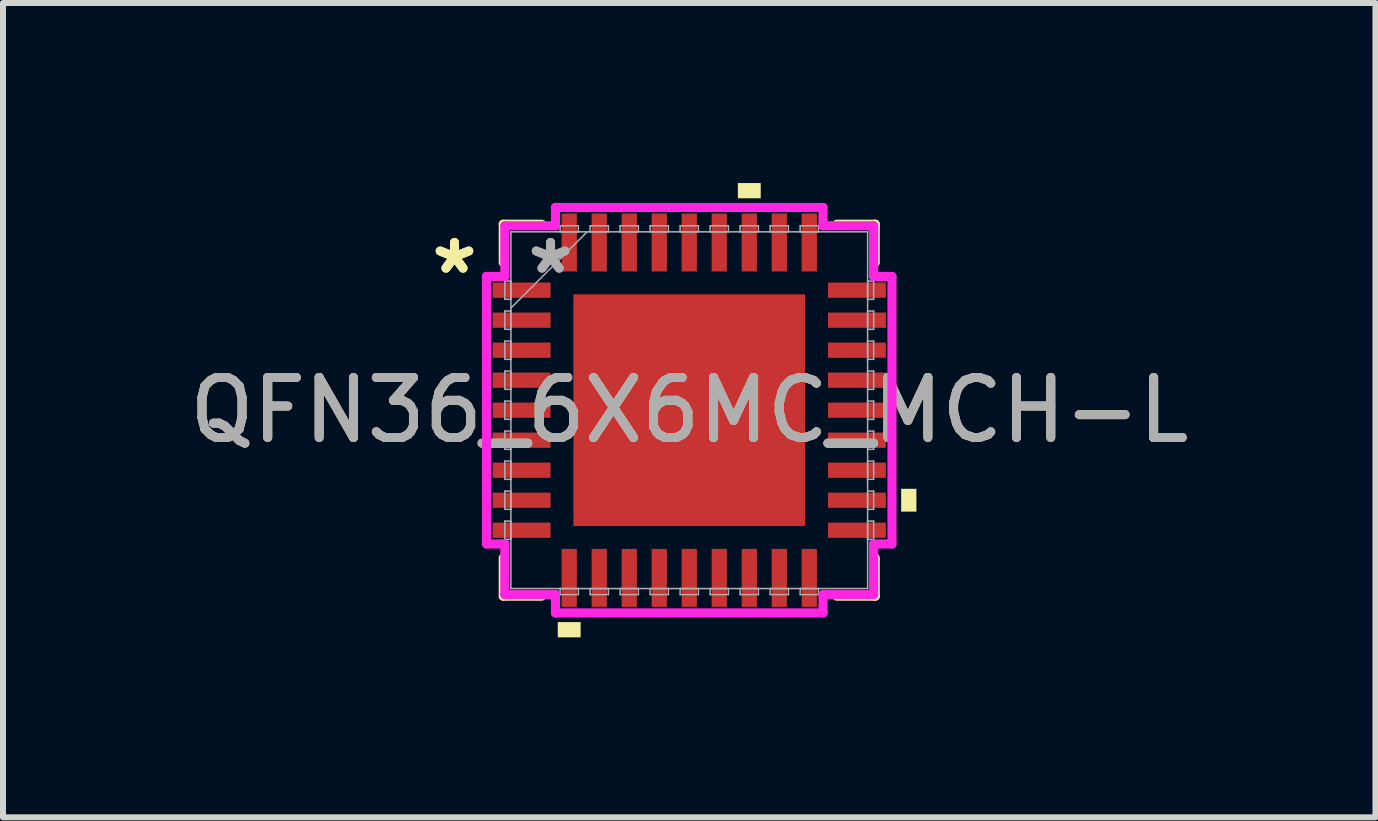
<source format=kicad_pcb>
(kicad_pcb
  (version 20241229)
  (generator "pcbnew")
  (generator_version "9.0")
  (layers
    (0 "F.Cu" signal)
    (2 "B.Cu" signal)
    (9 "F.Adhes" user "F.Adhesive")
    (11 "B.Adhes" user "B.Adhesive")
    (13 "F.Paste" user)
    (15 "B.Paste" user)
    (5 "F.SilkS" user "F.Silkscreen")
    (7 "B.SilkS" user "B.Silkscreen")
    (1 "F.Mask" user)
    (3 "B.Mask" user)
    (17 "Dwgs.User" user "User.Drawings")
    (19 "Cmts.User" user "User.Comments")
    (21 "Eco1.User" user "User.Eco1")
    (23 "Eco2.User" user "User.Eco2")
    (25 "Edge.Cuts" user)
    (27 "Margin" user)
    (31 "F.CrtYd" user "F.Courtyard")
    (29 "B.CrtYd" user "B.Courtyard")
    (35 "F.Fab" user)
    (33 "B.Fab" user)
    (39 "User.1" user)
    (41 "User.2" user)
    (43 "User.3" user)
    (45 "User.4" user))
  (footprint "QFN36_6X6MC_MCH-L"
    (layer "F.Cu")
    (at 8.435 3.785)
    (property "Reference" "QFN36_6X6MC_MCH-L" (at 0 0 0) (unlocked yes) (layer "F.SilkS") (effects (font (size 1 1) (thickness 0.15))))
    (attr smd)
    (fp_line (start -3.099 -3.099) (end -3.099 -2.46) (stroke (width 0.152) (type solid)) (layer "F.SilkS"))
    (fp_line (start -3.099 2.46) (end -3.099 3.099) (stroke (width 0.152) (type solid)) (layer "F.SilkS"))
    (fp_line (start -3.099 3.099) (end -2.46 3.099) (stroke (width 0.152) (type solid)) (layer "F.SilkS"))
    (fp_line (start -2.46 -3.099) (end -3.099 -3.099) (stroke (width 0.152) (type solid)) (layer "F.SilkS"))
    (fp_line (start 2.46 3.099) (end 3.099 3.099) (stroke (width 0.152) (type solid)) (layer "F.SilkS"))
    (fp_line (start 3.099 -3.099) (end 2.46 -3.099) (stroke (width 0.152) (type solid)) (layer "F.SilkS"))
    (fp_line (start 3.099 -2.46) (end 3.099 -3.099) (stroke (width 0.152) (type solid)) (layer "F.SilkS"))
    (fp_line (start 3.099 3.099) (end 3.099 2.46) (stroke (width 0.152) (type solid)) (layer "F.SilkS"))
    (fp_poly (pts (xy -2.191 3.531) (xy -2.191 3.785) (xy -1.81 3.785) (xy -1.81 3.531)) (stroke (width 0) (type solid)) (fill yes) (layer "F.SilkS"))
    (fp_poly (pts (xy 0.81 -3.531) (xy 0.81 -3.785) (xy 1.191 -3.785) (xy 1.191 -3.531)) (stroke (width 0) (type solid)) (fill yes) (layer "F.SilkS"))
    (fp_poly (pts (xy 3.785 1.31) (xy 3.785 1.69) (xy 3.531 1.69) (xy 3.531 1.31)) (stroke (width 0) (type solid)) (fill yes) (layer "F.SilkS"))
    (fp_poly (pts (xy -1.83 -1.83) (xy -1.83 -0.743) (xy -0.743 -0.743) (xy -0.743 -1.83)) (stroke (width 0) (type solid)) (fill yes) (layer "F.Paste"))
    (fp_poly (pts (xy -1.83 -0.543) (xy -1.83 0.543) (xy -0.743 0.543) (xy -0.743 -0.543)) (stroke (width 0) (type solid)) (fill yes) (layer "F.Paste"))
    (fp_poly (pts (xy -1.83 0.743) (xy -1.83 1.83) (xy -0.743 1.83) (xy -0.743 0.743)) (stroke (width 0) (type solid)) (fill yes) (layer "F.Paste"))
    (fp_poly (pts (xy -0.543 -1.83) (xy -0.543 -0.743) (xy 0.543 -0.743) (xy 0.543 -1.83)) (stroke (width 0) (type solid)) (fill yes) (layer "F.Paste"))
    (fp_poly (pts (xy -0.543 -0.543) (xy -0.543 0.543) (xy 0.543 0.543) (xy 0.543 -0.543)) (stroke (width 0) (type solid)) (fill yes) (layer "F.Paste"))
    (fp_poly (pts (xy -0.543 0.743) (xy -0.543 1.83) (xy 0.543 1.83) (xy 0.543 0.743)) (stroke (width 0) (type solid)) (fill yes) (layer "F.Paste"))
    (fp_poly (pts (xy 0.743 -1.83) (xy 0.743 -0.743) (xy 1.83 -0.743) (xy 1.83 -1.83)) (stroke (width 0) (type solid)) (fill yes) (layer "F.Paste"))
    (fp_poly (pts (xy 0.743 -0.543) (xy 0.743 0.543) (xy 1.83 0.543) (xy 1.83 -0.543)) (stroke (width 0) (type solid)) (fill yes) (layer "F.Paste"))
    (fp_poly (pts (xy 0.743 0.743) (xy 0.743 1.83) (xy 1.83 1.83) (xy 1.83 0.743)) (stroke (width 0) (type solid)) (fill yes) (layer "F.Paste"))
    (fp_line (start -3.378 -2.229) (end -3.073 -2.229) (stroke (width 0.152) (type solid)) (layer "F.CrtYd"))
    (fp_line (start -3.378 2.229) (end -3.378 -2.229) (stroke (width 0.152) (type solid)) (layer "F.CrtYd"))
    (fp_line (start -3.073 -3.073) (end -2.229 -3.073) (stroke (width 0.152) (type solid)) (layer "F.CrtYd"))
    (fp_line (start -3.073 -2.229) (end -3.073 -3.073) (stroke (width 0.152) (type solid)) (layer "F.CrtYd"))
    (fp_line (start -3.073 2.229) (end -3.378 2.229) (stroke (width 0.152) (type solid)) (layer "F.CrtYd"))
    (fp_line (start -3.073 3.073) (end -3.073 2.229) (stroke (width 0.152) (type solid)) (layer "F.CrtYd"))
    (fp_line (start -2.229 -3.378) (end 2.229 -3.378) (stroke (width 0.152) (type solid)) (layer "F.CrtYd"))
    (fp_line (start -2.229 -3.073) (end -2.229 -3.378) (stroke (width 0.152) (type solid)) (layer "F.CrtYd"))
    (fp_line (start -2.229 3.073) (end -3.073 3.073) (stroke (width 0.152) (type solid)) (layer "F.CrtYd"))
    (fp_line (start -2.229 3.378) (end -2.229 3.073) (stroke (width 0.152) (type solid)) (layer "F.CrtYd"))
    (fp_line (start 2.229 -3.378) (end 2.229 -3.073) (stroke (width 0.152) (type solid)) (layer "F.CrtYd"))
    (fp_line (start 2.229 -3.073) (end 3.073 -3.073) (stroke (width 0.152) (type solid)) (layer "F.CrtYd"))
    (fp_line (start 2.229 3.073) (end 2.229 3.378) (stroke (width 0.152) (type solid)) (layer "F.CrtYd"))
    (fp_line (start 2.229 3.378) (end -2.229 3.378) (stroke (width 0.152) (type solid)) (layer "F.CrtYd"))
    (fp_line (start 3.073 -3.073) (end 3.073 -2.229) (stroke (width 0.152) (type solid)) (layer "F.CrtYd"))
    (fp_line (start 3.073 -2.229) (end 3.378 -2.229) (stroke (width 0.152) (type solid)) (layer "F.CrtYd"))
    (fp_line (start 3.073 2.229) (end 3.073 3.073) (stroke (width 0.152) (type solid)) (layer "F.CrtYd"))
    (fp_line (start 3.073 3.073) (end 2.229 3.073) (stroke (width 0.152) (type solid)) (layer "F.CrtYd"))
    (fp_line (start 3.378 -2.229) (end 3.378 2.229) (stroke (width 0.152) (type solid)) (layer "F.CrtYd"))
    (fp_line (start 3.378 2.229) (end 3.073 2.229) (stroke (width 0.152) (type solid)) (layer "F.CrtYd"))
    (fp_line (start -3.073 -2.152) (end -3.073 -1.848) (stroke (width 0.025) (type solid)) (layer "F.Fab"))
    (fp_line (start -3.073 -1.848) (end -2.972 -1.848) (stroke (width 0.025) (type solid)) (layer "F.Fab"))
    (fp_line (start -3.073 -1.652) (end -3.073 -1.348) (stroke (width 0.025) (type solid)) (layer "F.Fab"))
    (fp_line (start -3.073 -1.348) (end -2.972 -1.348) (stroke (width 0.025) (type solid)) (layer "F.Fab"))
    (fp_line (start -3.073 -1.152) (end -3.073 -0.848) (stroke (width 0.025) (type solid)) (layer "F.Fab"))
    (fp_line (start -3.073 -0.848) (end -2.972 -0.848) (stroke (width 0.025) (type solid)) (layer "F.Fab"))
    (fp_line (start -3.073 -0.652) (end -3.073 -0.348) (stroke (width 0.025) (type solid)) (layer "F.Fab"))
    (fp_line (start -3.073 -0.348) (end -2.972 -0.348) (stroke (width 0.025) (type solid)) (layer "F.Fab"))
    (fp_line (start -3.073 -0.152) (end -3.073 0.152) (stroke (width 0.025) (type solid)) (layer "F.Fab"))
    (fp_line (start -3.073 0.152) (end -2.972 0.152) (stroke (width 0.025) (type solid)) (layer "F.Fab"))
    (fp_line (start -3.073 0.348) (end -3.073 0.652) (stroke (width 0.025) (type solid)) (layer "F.Fab"))
    (fp_line (start -3.073 0.652) (end -2.972 0.652) (stroke (width 0.025) (type solid)) (layer "F.Fab"))
    (fp_line (start -3.073 0.848) (end -3.073 1.152) (stroke (width 0.025) (type solid)) (layer "F.Fab"))
    (fp_line (start -3.073 1.152) (end -2.972 1.152) (stroke (width 0.025) (type solid)) (layer "F.Fab"))
    (fp_line (start -3.073 1.348) (end -3.073 1.652) (stroke (width 0.025) (type solid)) (layer "F.Fab"))
    (fp_line (start -3.073 1.652) (end -2.972 1.652) (stroke (width 0.025) (type solid)) (layer "F.Fab"))
    (fp_line (start -3.073 1.848) (end -3.073 2.152) (stroke (width 0.025) (type solid)) (layer "F.Fab"))
    (fp_line (start -3.073 2.152) (end -2.972 2.152) (stroke (width 0.025) (type solid)) (layer "F.Fab"))
    (fp_line (start -2.972 -2.972) (end -2.972 -2.972) (stroke (width 0.025) (type solid)) (layer "F.Fab"))
    (fp_line (start -2.972 -2.972) (end -2.972 2.972) (stroke (width 0.025) (type solid)) (layer "F.Fab"))
    (fp_line (start -2.972 -2.152) (end -3.073 -2.152) (stroke (width 0.025) (type solid)) (layer "F.Fab"))
    (fp_line (start -2.972 -1.848) (end -2.972 -2.152) (stroke (width 0.025) (type solid)) (layer "F.Fab"))
    (fp_line (start -2.972 -1.702) (end -1.702 -2.972) (stroke (width 0.025) (type solid)) (layer "F.Fab"))
    (fp_line (start -2.972 -1.652) (end -3.073 -1.652) (stroke (width 0.025) (type solid)) (layer "F.Fab"))
    (fp_line (start -2.972 -1.348) (end -2.972 -1.652) (stroke (width 0.025) (type solid)) (layer "F.Fab"))
    (fp_line (start -2.972 -1.152) (end -3.073 -1.152) (stroke (width 0.025) (type solid)) (layer "F.Fab"))
    (fp_line (start -2.972 -0.848) (end -2.972 -1.152) (stroke (width 0.025) (type solid)) (layer "F.Fab"))
    (fp_line (start -2.972 -0.652) (end -3.073 -0.652) (stroke (width 0.025) (type solid)) (layer "F.Fab"))
    (fp_line (start -2.972 -0.348) (end -2.972 -0.652) (stroke (width 0.025) (type solid)) (layer "F.Fab"))
    (fp_line (start -2.972 -0.152) (end -3.073 -0.152) (stroke (width 0.025) (type solid)) (layer "F.Fab"))
    (fp_line (start -2.972 0.152) (end -2.972 -0.152) (stroke (width 0.025) (type solid)) (layer "F.Fab"))
    (fp_line (start -2.972 0.348) (end -3.073 0.348) (stroke (width 0.025) (type solid)) (layer "F.Fab"))
    (fp_line (start -2.972 0.652) (end -2.972 0.348) (stroke (width 0.025) (type solid)) (layer "F.Fab"))
    (fp_line (start -2.972 0.848) (end -3.073 0.848) (stroke (width 0.025) (type solid)) (layer "F.Fab"))
    (fp_line (start -2.972 1.152) (end -2.972 0.848) (stroke (width 0.025) (type solid)) (layer "F.Fab"))
    (fp_line (start -2.972 1.348) (end -3.073 1.348) (stroke (width 0.025) (type solid)) (layer "F.Fab"))
    (fp_line (start -2.972 1.652) (end -2.972 1.348) (stroke (width 0.025) (type solid)) (layer "F.Fab"))
    (fp_line (start -2.972 1.848) (end -3.073 1.848) (stroke (width 0.025) (type solid)) (layer "F.Fab"))
    (fp_line (start -2.972 2.152) (end -2.972 1.848) (stroke (width 0.025) (type solid)) (layer "F.Fab"))
    (fp_line (start -2.972 2.972) (end -2.972 2.972) (stroke (width 0.025) (type solid)) (layer "F.Fab"))
    (fp_line (start -2.972 2.972) (end 2.972 2.972) (stroke (width 0.025) (type solid)) (layer "F.Fab"))
    (fp_line (start -2.152 -3.073) (end -2.152 -2.972) (stroke (width 0.025) (type solid)) (layer "F.Fab"))
    (fp_line (start -2.152 -2.972) (end -1.848 -2.972) (stroke (width 0.025) (type solid)) (layer "F.Fab"))
    (fp_line (start -2.152 2.972) (end -2.152 3.073) (stroke (width 0.025) (type solid)) (layer "F.Fab"))
    (fp_line (start -2.152 3.073) (end -1.848 3.073) (stroke (width 0.025) (type solid)) (layer "F.Fab"))
    (fp_line (start -1.848 -3.073) (end -2.152 -3.073) (stroke (width 0.025) (type solid)) (layer "F.Fab"))
    (fp_line (start -1.848 -2.972) (end -1.848 -3.073) (stroke (width 0.025) (type solid)) (layer "F.Fab"))
    (fp_line (start -1.848 2.972) (end -2.152 2.972) (stroke (width 0.025) (type solid)) (layer "F.Fab"))
    (fp_line (start -1.848 3.073) (end -1.848 2.972) (stroke (width 0.025) (type solid)) (layer "F.Fab"))
    (fp_line (start -1.652 -3.073) (end -1.652 -2.972) (stroke (width 0.025) (type solid)) (layer "F.Fab"))
    (fp_line (start -1.652 -2.972) (end -1.348 -2.972) (stroke (width 0.025) (type solid)) (layer "F.Fab"))
    (fp_line (start -1.652 2.972) (end -1.652 3.073) (stroke (width 0.025) (type solid)) (layer "F.Fab"))
    (fp_line (start -1.652 3.073) (end -1.348 3.073) (stroke (width 0.025) (type solid)) (layer "F.Fab"))
    (fp_line (start -1.348 -3.073) (end -1.652 -3.073) (stroke (width 0.025) (type solid)) (layer "F.Fab"))
    (fp_line (start -1.348 -2.972) (end -1.348 -3.073) (stroke (width 0.025) (type solid)) (layer "F.Fab"))
    (fp_line (start -1.348 2.972) (end -1.652 2.972) (stroke (width 0.025) (type solid)) (layer "F.Fab"))
    (fp_line (start -1.348 3.073) (end -1.348 2.972) (stroke (width 0.025) (type solid)) (layer "F.Fab"))
    (fp_line (start -1.152 -3.073) (end -1.152 -2.972) (stroke (width 0.025) (type solid)) (layer "F.Fab"))
    (fp_line (start -1.152 -2.972) (end -0.848 -2.972) (stroke (width 0.025) (type solid)) (layer "F.Fab"))
    (fp_line (start -1.152 2.972) (end -1.152 3.073) (stroke (width 0.025) (type solid)) (layer "F.Fab"))
    (fp_line (start -1.152 3.073) (end -0.848 3.073) (stroke (width 0.025) (type solid)) (layer "F.Fab"))
    (fp_line (start -0.848 -3.073) (end -1.152 -3.073) (stroke (width 0.025) (type solid)) (layer "F.Fab"))
    (fp_line (start -0.848 -2.972) (end -0.848 -3.073) (stroke (width 0.025) (type solid)) (layer "F.Fab"))
    (fp_line (start -0.848 2.972) (end -1.152 2.972) (stroke (width 0.025) (type solid)) (layer "F.Fab"))
    (fp_line (start -0.848 3.073) (end -0.848 2.972) (stroke (width 0.025) (type solid)) (layer "F.Fab"))
    (fp_line (start -0.652 -3.073) (end -0.652 -2.972) (stroke (width 0.025) (type solid)) (layer "F.Fab"))
    (fp_line (start -0.652 -2.972) (end -0.348 -2.972) (stroke (width 0.025) (type solid)) (layer "F.Fab"))
    (fp_line (start -0.652 2.972) (end -0.652 3.073) (stroke (width 0.025) (type solid)) (layer "F.Fab"))
    (fp_line (start -0.652 3.073) (end -0.348 3.073) (stroke (width 0.025) (type solid)) (layer "F.Fab"))
    (fp_line (start -0.348 -3.073) (end -0.652 -3.073) (stroke (width 0.025) (type solid)) (layer "F.Fab"))
    (fp_line (start -0.348 -2.972) (end -0.348 -3.073) (stroke (width 0.025) (type solid)) (layer "F.Fab"))
    (fp_line (start -0.348 2.972) (end -0.652 2.972) (stroke (width 0.025) (type solid)) (layer "F.Fab"))
    (fp_line (start -0.348 3.073) (end -0.348 2.972) (stroke (width 0.025) (type solid)) (layer "F.Fab"))
    (fp_line (start -0.152 -3.073) (end -0.152 -2.972) (stroke (width 0.025) (type solid)) (layer "F.Fab"))
    (fp_line (start -0.152 -2.972) (end 0.152 -2.972) (stroke (width 0.025) (type solid)) (layer "F.Fab"))
    (fp_line (start -0.152 2.972) (end -0.152 3.073) (stroke (width 0.025) (type solid)) (layer "F.Fab"))
    (fp_line (start -0.152 3.073) (end 0.152 3.073) (stroke (width 0.025) (type solid)) (layer "F.Fab"))
    (fp_line (start 0.152 -3.073) (end -0.152 -3.073) (stroke (width 0.025) (type solid)) (layer "F.Fab"))
    (fp_line (start 0.152 -2.972) (end 0.152 -3.073) (stroke (width 0.025) (type solid)) (layer "F.Fab"))
    (fp_line (start 0.152 2.972) (end -0.152 2.972) (stroke (width 0.025) (type solid)) (layer "F.Fab"))
    (fp_line (start 0.152 3.073) (end 0.152 2.972) (stroke (width 0.025) (type solid)) (layer "F.Fab"))
    (fp_line (start 0.348 -3.073) (end 0.348 -2.972) (stroke (width 0.025) (type solid)) (layer "F.Fab"))
    (fp_line (start 0.348 -2.972) (end 0.652 -2.972) (stroke (width 0.025) (type solid)) (layer "F.Fab"))
    (fp_line (start 0.348 2.972) (end 0.348 3.073) (stroke (width 0.025) (type solid)) (layer "F.Fab"))
    (fp_line (start 0.348 3.073) (end 0.652 3.073) (stroke (width 0.025) (type solid)) (layer "F.Fab"))
    (fp_line (start 0.652 -3.073) (end 0.348 -3.073) (stroke (width 0.025) (type solid)) (layer "F.Fab"))
    (fp_line (start 0.652 -2.972) (end 0.652 -3.073) (stroke (width 0.025) (type solid)) (layer "F.Fab"))
    (fp_line (start 0.652 2.972) (end 0.348 2.972) (stroke (width 0.025) (type solid)) (layer "F.Fab"))
    (fp_line (start 0.652 3.073) (end 0.652 2.972) (stroke (width 0.025) (type solid)) (layer "F.Fab"))
    (fp_line (start 0.848 -3.073) (end 0.848 -2.972) (stroke (width 0.025) (type solid)) (layer "F.Fab"))
    (fp_line (start 0.848 -2.972) (end 1.152 -2.972) (stroke (width 0.025) (type solid)) (layer "F.Fab"))
    (fp_line (start 0.848 2.972) (end 0.848 3.073) (stroke (width 0.025) (type solid)) (layer "F.Fab"))
    (fp_line (start 0.848 3.073) (end 1.152 3.073) (stroke (width 0.025) (type solid)) (layer "F.Fab"))
    (fp_line (start 1.152 -3.073) (end 0.848 -3.073) (stroke (width 0.025) (type solid)) (layer "F.Fab"))
    (fp_line (start 1.152 -2.972) (end 1.152 -3.073) (stroke (width 0.025) (type solid)) (layer "F.Fab"))
    (fp_line (start 1.152 2.972) (end 0.848 2.972) (stroke (width 0.025) (type solid)) (layer "F.Fab"))
    (fp_line (start 1.152 3.073) (end 1.152 2.972) (stroke (width 0.025) (type solid)) (layer "F.Fab"))
    (fp_line (start 1.348 -3.073) (end 1.348 -2.972) (stroke (width 0.025) (type solid)) (layer "F.Fab"))
    (fp_line (start 1.348 -2.972) (end 1.652 -2.972) (stroke (width 0.025) (type solid)) (layer "F.Fab"))
    (fp_line (start 1.348 2.972) (end 1.348 3.073) (stroke (width 0.025) (type solid)) (layer "F.Fab"))
    (fp_line (start 1.348 3.073) (end 1.652 3.073) (stroke (width 0.025) (type solid)) (layer "F.Fab"))
    (fp_line (start 1.652 -3.073) (end 1.348 -3.073) (stroke (width 0.025) (type solid)) (layer "F.Fab"))
    (fp_line (start 1.652 -2.972) (end 1.652 -3.073) (stroke (width 0.025) (type solid)) (layer "F.Fab"))
    (fp_line (start 1.652 2.972) (end 1.348 2.972) (stroke (width 0.025) (type solid)) (layer "F.Fab"))
    (fp_line (start 1.652 3.073) (end 1.652 2.972) (stroke (width 0.025) (type solid)) (layer "F.Fab"))
    (fp_line (start 1.848 -3.073) (end 1.848 -2.972) (stroke (width 0.025) (type solid)) (layer "F.Fab"))
    (fp_line (start 1.848 -2.972) (end 2.152 -2.972) (stroke (width 0.025) (type solid)) (layer "F.Fab"))
    (fp_line (start 1.848 2.972) (end 1.848 3.073) (stroke (width 0.025) (type solid)) (layer "F.Fab"))
    (fp_line (start 1.848 3.073) (end 2.152 3.073) (stroke (width 0.025) (type solid)) (layer "F.Fab"))
    (fp_line (start 2.152 -3.073) (end 1.848 -3.073) (stroke (width 0.025) (type solid)) (layer "F.Fab"))
    (fp_line (start 2.152 -2.972) (end 2.152 -3.073) (stroke (width 0.025) (type solid)) (layer "F.Fab"))
    (fp_line (start 2.152 2.972) (end 1.848 2.972) (stroke (width 0.025) (type solid)) (layer "F.Fab"))
    (fp_line (start 2.152 3.073) (end 2.152 2.972) (stroke (width 0.025) (type solid)) (layer "F.Fab"))
    (fp_line (start 2.972 -2.972) (end -2.972 -2.972) (stroke (width 0.025) (type solid)) (layer "F.Fab"))
    (fp_line (start 2.972 -2.972) (end 2.972 -2.972) (stroke (width 0.025) (type solid)) (layer "F.Fab"))
    (fp_line (start 2.972 -2.152) (end 2.972 -1.848) (stroke (width 0.025) (type solid)) (layer "F.Fab"))
    (fp_line (start 2.972 -1.848) (end 3.073 -1.848) (stroke (width 0.025) (type solid)) (layer "F.Fab"))
    (fp_line (start 2.972 -1.652) (end 2.972 -1.348) (stroke (width 0.025) (type solid)) (layer "F.Fab"))
    (fp_line (start 2.972 -1.348) (end 3.073 -1.348) (stroke (width 0.025) (type solid)) (layer "F.Fab"))
    (fp_line (start 2.972 -1.152) (end 2.972 -0.848) (stroke (width 0.025) (type solid)) (layer "F.Fab"))
    (fp_line (start 2.972 -0.848) (end 3.073 -0.848) (stroke (width 0.025) (type solid)) (layer "F.Fab"))
    (fp_line (start 2.972 -0.652) (end 2.972 -0.348) (stroke (width 0.025) (type solid)) (layer "F.Fab"))
    (fp_line (start 2.972 -0.348) (end 3.073 -0.348) (stroke (width 0.025) (type solid)) (layer "F.Fab"))
    (fp_line (start 2.972 -0.152) (end 2.972 0.152) (stroke (width 0.025) (type solid)) (layer "F.Fab"))
    (fp_line (start 2.972 0.152) (end 3.073 0.152) (stroke (width 0.025) (type solid)) (layer "F.Fab"))
    (fp_line (start 2.972 0.348) (end 2.972 0.652) (stroke (width 0.025) (type solid)) (layer "F.Fab"))
    (fp_line (start 2.972 0.652) (end 3.073 0.652) (stroke (width 0.025) (type solid)) (layer "F.Fab"))
    (fp_line (start 2.972 0.848) (end 2.972 1.152) (stroke (width 0.025) (type solid)) (layer "F.Fab"))
    (fp_line (start 2.972 1.152) (end 3.073 1.152) (stroke (width 0.025) (type solid)) (layer "F.Fab"))
    (fp_line (start 2.972 1.348) (end 2.972 1.652) (stroke (width 0.025) (type solid)) (layer "F.Fab"))
    (fp_line (start 2.972 1.652) (end 3.073 1.652) (stroke (width 0.025) (type solid)) (layer "F.Fab"))
    (fp_line (start 2.972 1.848) (end 2.972 2.152) (stroke (width 0.025) (type solid)) (layer "F.Fab"))
    (fp_line (start 2.972 2.152) (end 3.073 2.152) (stroke (width 0.025) (type solid)) (layer "F.Fab"))
    (fp_line (start 2.972 2.972) (end 2.972 -2.972) (stroke (width 0.025) (type solid)) (layer "F.Fab"))
    (fp_line (start 2.972 2.972) (end 2.972 2.972) (stroke (width 0.025) (type solid)) (layer "F.Fab"))
    (fp_line (start 3.073 -2.152) (end 2.972 -2.152) (stroke (width 0.025) (type solid)) (layer "F.Fab"))
    (fp_line (start 3.073 -1.848) (end 3.073 -2.152) (stroke (width 0.025) (type solid)) (layer "F.Fab"))
    (fp_line (start 3.073 -1.652) (end 2.972 -1.652) (stroke (width 0.025) (type solid)) (layer "F.Fab"))
    (fp_line (start 3.073 -1.348) (end 3.073 -1.652) (stroke (width 0.025) (type solid)) (layer "F.Fab"))
    (fp_line (start 3.073 -1.152) (end 2.972 -1.152) (stroke (width 0.025) (type solid)) (layer "F.Fab"))
    (fp_line (start 3.073 -0.848) (end 3.073 -1.152) (stroke (width 0.025) (type solid)) (layer "F.Fab"))
    (fp_line (start 3.073 -0.652) (end 2.972 -0.652) (stroke (width 0.025) (type solid)) (layer "F.Fab"))
    (fp_line (start 3.073 -0.348) (end 3.073 -0.652) (stroke (width 0.025) (type solid)) (layer "F.Fab"))
    (fp_line (start 3.073 -0.152) (end 2.972 -0.152) (stroke (width 0.025) (type solid)) (layer "F.Fab"))
    (fp_line (start 3.073 0.152) (end 3.073 -0.152) (stroke (width 0.025) (type solid)) (layer "F.Fab"))
    (fp_line (start 3.073 0.348) (end 2.972 0.348) (stroke (width 0.025) (type solid)) (layer "F.Fab"))
    (fp_line (start 3.073 0.652) (end 3.073 0.348) (stroke (width 0.025) (type solid)) (layer "F.Fab"))
    (fp_line (start 3.073 0.848) (end 2.972 0.848) (stroke (width 0.025) (type solid)) (layer "F.Fab"))
    (fp_line (start 3.073 1.152) (end 3.073 0.848) (stroke (width 0.025) (type solid)) (layer "F.Fab"))
    (fp_line (start 3.073 1.348) (end 2.972 1.348) (stroke (width 0.025) (type solid)) (layer "F.Fab"))
    (fp_line (start 3.073 1.652) (end 3.073 1.348) (stroke (width 0.025) (type solid)) (layer "F.Fab"))
    (fp_line (start 3.073 1.848) (end 2.972 1.848) (stroke (width 0.025) (type solid)) (layer "F.Fab"))
    (fp_line (start 3.073 2.152) (end 3.073 1.848) (stroke (width 0.025) (type solid)) (layer "F.Fab"))
    (fp_text user "*" (at -3.912 -2.25 0) (layer "F.SilkS") (effects (font (size 1 1) (thickness 0.15))))
    (fp_text user "*" (at -3.912 -2.25 0) (unlocked yes) (layer "F.SilkS") (effects (font (size 1 1) (thickness 0.15))))
    (fp_text user "*" (at -2.311 -2.25 0) (unlocked yes) (layer "F.Fab") (effects (font (size 1 1) (thickness 0.15))))
    (fp_text user "${REFERENCE}" (at 0 0 0) (unlocked yes) (layer "F.Fab") (effects (font (size 1 1) (thickness 0.15))))
    (fp_text user "*" (at -2.311 -2.25 0) (layer "F.Fab") (effects (font (size 1 1) (thickness 0.15))))
    (pad "1" smd rect (at -2.794 -2 90) (size 0.254 0.965) (layers "F.Cu" "F.Mask" "F.Paste"))
    (pad "2" smd rect (at -2.794 -1.5 90) (size 0.254 0.965) (layers "F.Cu" "F.Mask" "F.Paste"))
    (pad "3" smd rect (at -2.794 -1 90) (size 0.254 0.965) (layers "F.Cu" "F.Mask" "F.Paste"))
    (pad "4" smd rect (at -2.794 -0.5 90) (size 0.254 0.965) (layers "F.Cu" "F.Mask" "F.Paste"))
    (pad "5" smd rect (at -2.794 0 90) (size 0.254 0.965) (layers "F.Cu" "F.Mask" "F.Paste"))
    (pad "6" smd rect (at -2.794 0.5 90) (size 0.254 0.965) (layers "F.Cu" "F.Mask" "F.Paste"))
    (pad "7" smd rect (at -2.794 1 90) (size 0.254 0.965) (layers "F.Cu" "F.Mask" "F.Paste"))
    (pad "8" smd rect (at -2.794 1.5 90) (size 0.254 0.965) (layers "F.Cu" "F.Mask" "F.Paste"))
    (pad "9" smd rect (at -2.794 2 90) (size 0.254 0.965) (layers "F.Cu" "F.Mask" "F.Paste"))
    (pad "10" smd rect (at -2 2.794) (size 0.254 0.965) (layers "F.Cu" "F.Mask" "F.Paste"))
    (pad "11" smd rect (at -1.5 2.794) (size 0.254 0.965) (layers "F.Cu" "F.Mask" "F.Paste"))
    (pad "12" smd rect (at -1 2.794) (size 0.254 0.965) (layers "F.Cu" "F.Mask" "F.Paste"))
    (pad "13" smd rect (at -0.5 2.794) (size 0.254 0.965) (layers "F.Cu" "F.Mask" "F.Paste"))
    (pad "14" smd rect (at 0 2.794) (size 0.254 0.965) (layers "F.Cu" "F.Mask" "F.Paste"))
    (pad "15" smd rect (at 0.5 2.794) (size 0.254 0.965) (layers "F.Cu" "F.Mask" "F.Paste"))
    (pad "16" smd rect (at 1 2.794) (size 0.254 0.965) (layers "F.Cu" "F.Mask" "F.Paste"))
    (pad "17" smd rect (at 1.5 2.794) (size 0.254 0.965) (layers "F.Cu" "F.Mask" "F.Paste"))
    (pad "18" smd rect (at 2 2.794) (size 0.254 0.965) (layers "F.Cu" "F.Mask" "F.Paste"))
    (pad "19" smd rect (at 2.794 2 90) (size 0.254 0.965) (layers "F.Cu" "F.Mask" "F.Paste"))
    (pad "20" smd rect (at 2.794 1.5 90) (size 0.254 0.965) (layers "F.Cu" "F.Mask" "F.Paste"))
    (pad "21" smd rect (at 2.794 1 90) (size 0.254 0.965) (layers "F.Cu" "F.Mask" "F.Paste"))
    (pad "22" smd rect (at 2.794 0.5 90) (size 0.254 0.965) (layers "F.Cu" "F.Mask" "F.Paste"))
    (pad "23" smd rect (at 2.794 0 90) (size 0.254 0.965) (layers "F.Cu" "F.Mask" "F.Paste"))
    (pad "24" smd rect (at 2.794 -0.5 90) (size 0.254 0.965) (layers "F.Cu" "F.Mask" "F.Paste"))
    (pad "25" smd rect (at 2.794 -1 90) (size 0.254 0.965) (layers "F.Cu" "F.Mask" "F.Paste"))
    (pad "26" smd rect (at 2.794 -1.5 90) (size 0.254 0.965) (layers "F.Cu" "F.Mask" "F.Paste"))
    (pad "27" smd rect (at 2.794 -2 90) (size 0.254 0.965) (layers "F.Cu" "F.Mask" "F.Paste"))
    (pad "28" smd rect (at 2 -2.794) (size 0.254 0.965) (layers "F.Cu" "F.Mask" "F.Paste"))
    (pad "29" smd rect (at 1.5 -2.794) (size 0.254 0.965) (layers "F.Cu" "F.Mask" "F.Paste"))
    (pad "30" smd rect (at 1 -2.794) (size 0.254 0.965) (layers "F.Cu" "F.Mask" "F.Paste"))
    (pad "31" smd rect (at 0.5 -2.794) (size 0.254 0.965) (layers "F.Cu" "F.Mask" "F.Paste"))
    (pad "32" smd rect (at 0 -2.794) (size 0.254 0.965) (layers "F.Cu" "F.Mask" "F.Paste"))
    (pad "33" smd rect (at -0.5 -2.794) (size 0.254 0.965) (layers "F.Cu" "F.Mask" "F.Paste"))
    (pad "34" smd rect (at -1 -2.794) (size 0.254 0.965) (layers "F.Cu" "F.Mask" "F.Paste"))
    (pad "35" smd rect (at -1.5 -2.794) (size 0.254 0.965) (layers "F.Cu" "F.Mask" "F.Paste"))
    (pad "36" smd rect (at -2 -2.794) (size 0.254 0.965) (layers "F.Cu" "F.Mask" "F.Paste"))
    (pad "37" smd rect (at 0 0) (size 3.861 3.861) (layers "F.Cu" "F.Mask" "F.Paste")))
  (gr_rect
    (start -3 -3)
    (end 19.869 10.569)
    (stroke (width 0.1) (type default))
    (fill no)
    (layer "Edge.Cuts")))
</source>
